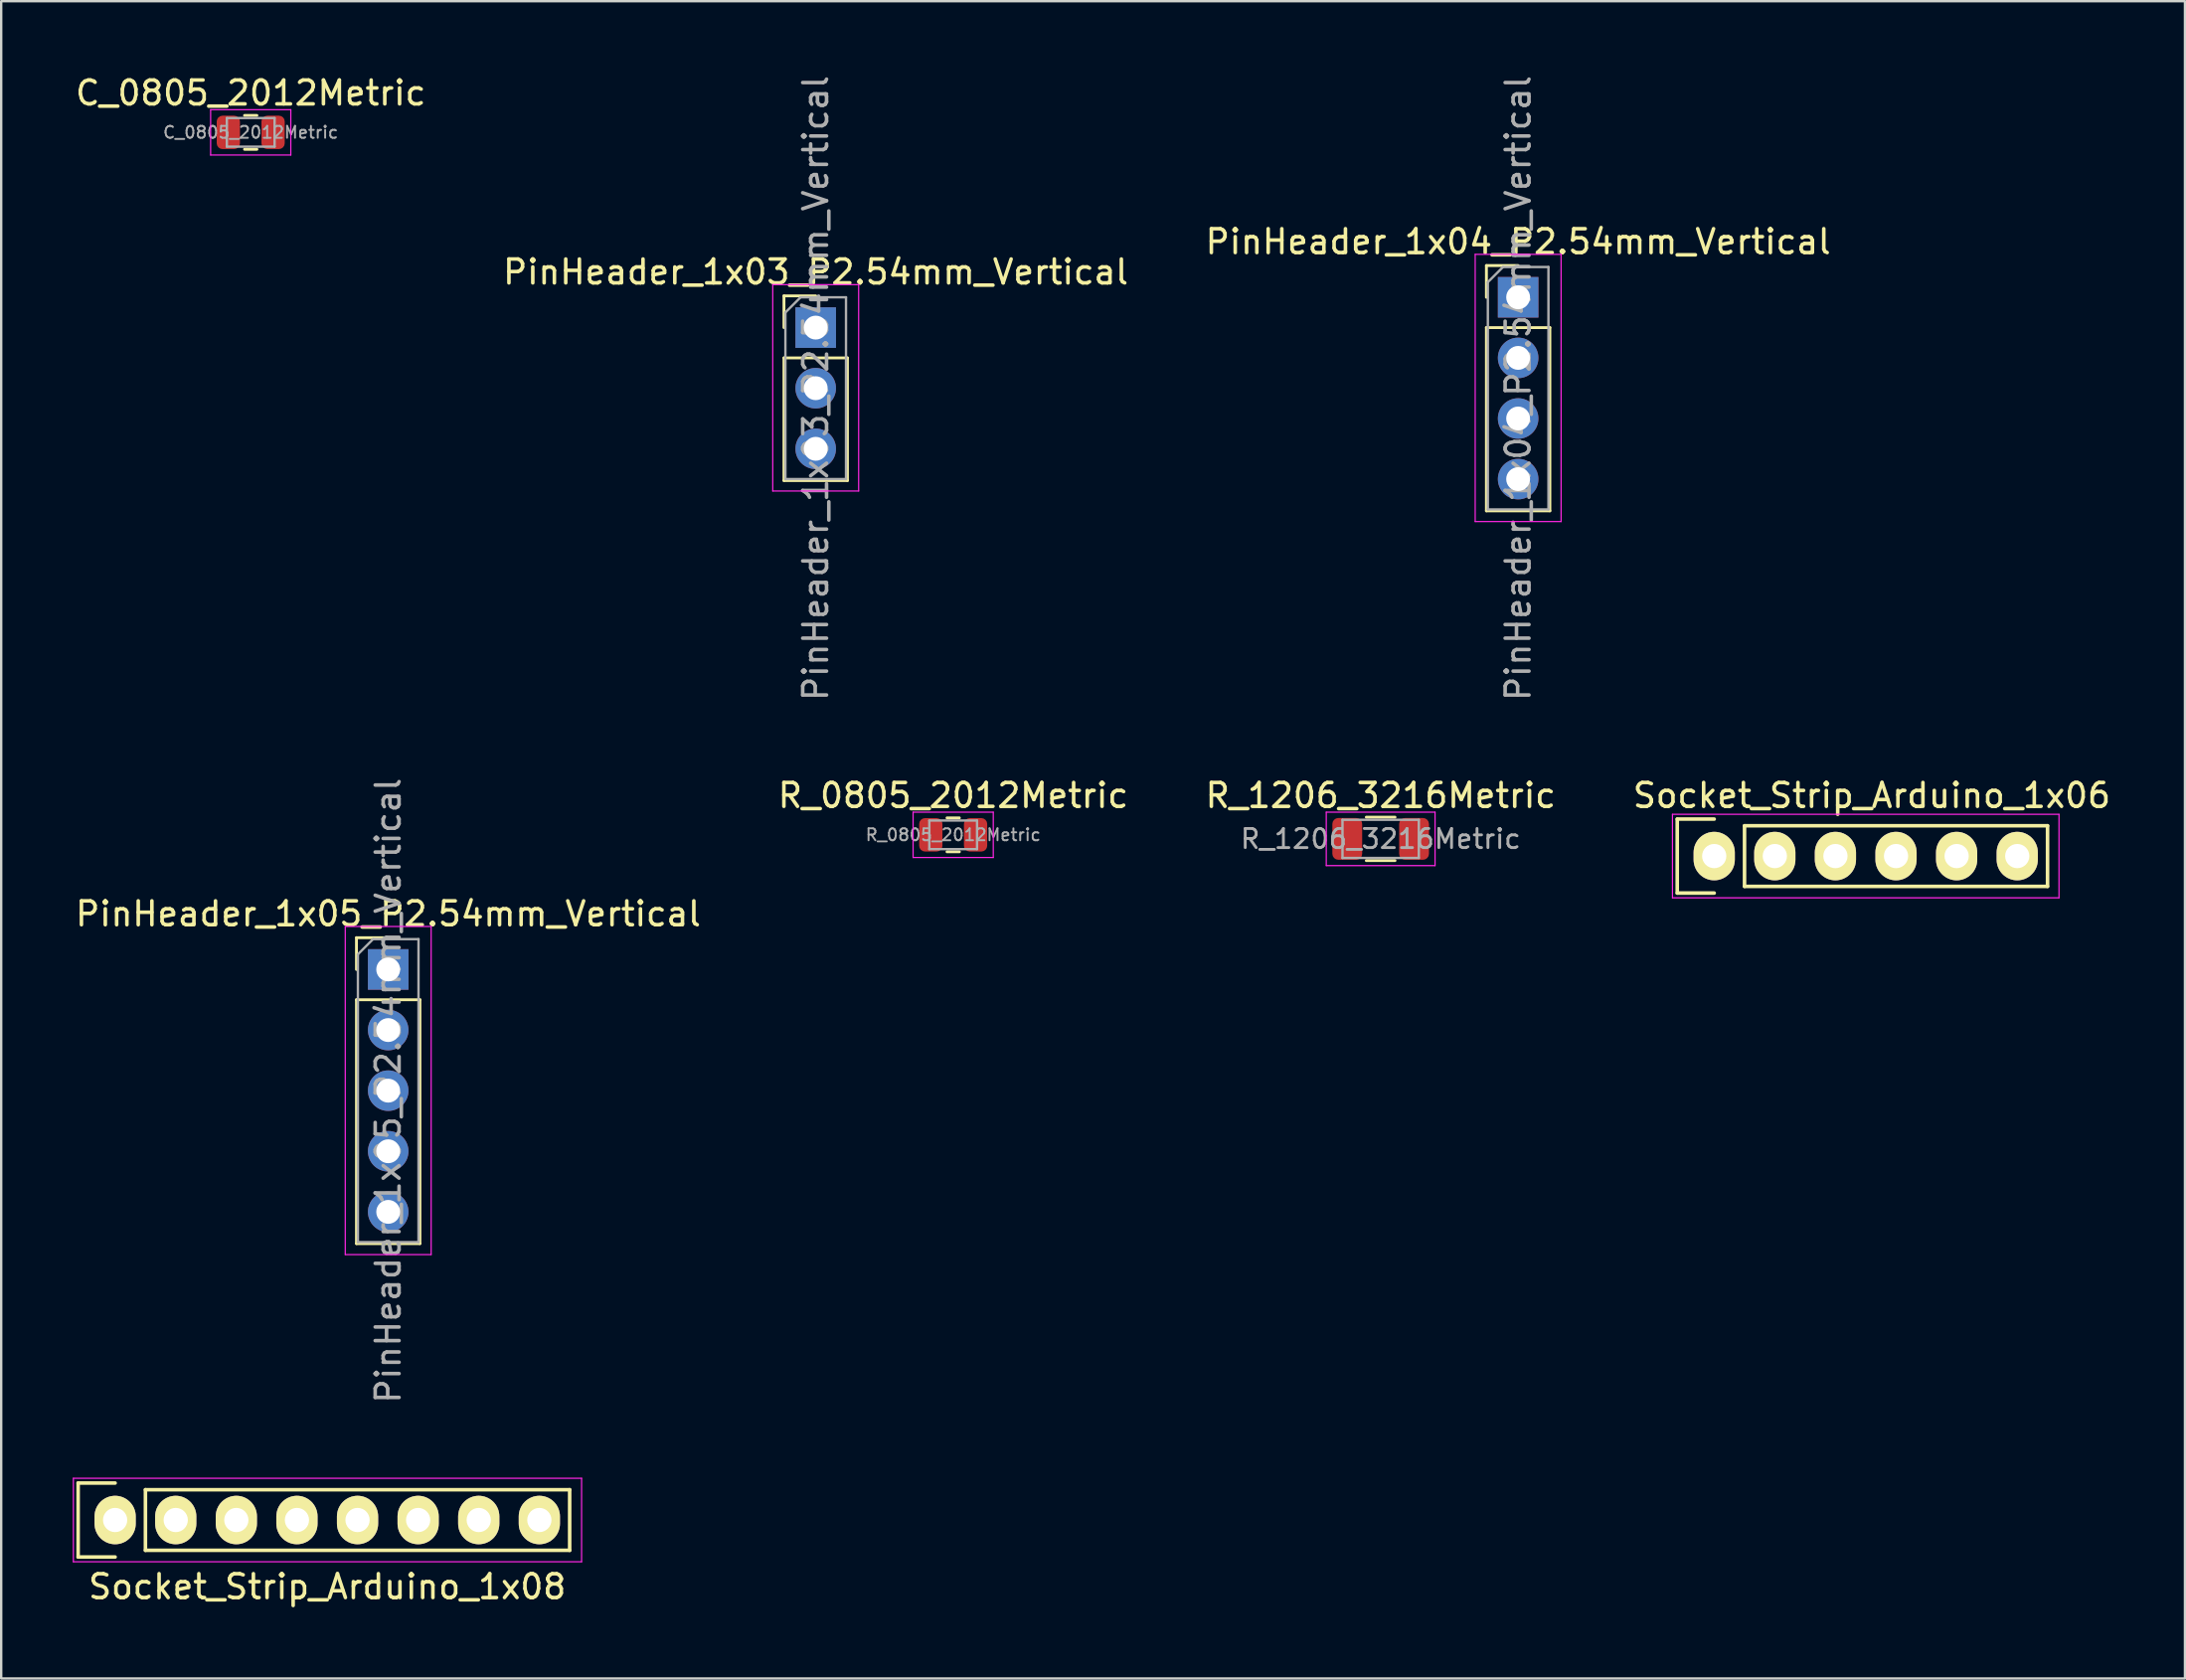
<source format=kicad_pcb>
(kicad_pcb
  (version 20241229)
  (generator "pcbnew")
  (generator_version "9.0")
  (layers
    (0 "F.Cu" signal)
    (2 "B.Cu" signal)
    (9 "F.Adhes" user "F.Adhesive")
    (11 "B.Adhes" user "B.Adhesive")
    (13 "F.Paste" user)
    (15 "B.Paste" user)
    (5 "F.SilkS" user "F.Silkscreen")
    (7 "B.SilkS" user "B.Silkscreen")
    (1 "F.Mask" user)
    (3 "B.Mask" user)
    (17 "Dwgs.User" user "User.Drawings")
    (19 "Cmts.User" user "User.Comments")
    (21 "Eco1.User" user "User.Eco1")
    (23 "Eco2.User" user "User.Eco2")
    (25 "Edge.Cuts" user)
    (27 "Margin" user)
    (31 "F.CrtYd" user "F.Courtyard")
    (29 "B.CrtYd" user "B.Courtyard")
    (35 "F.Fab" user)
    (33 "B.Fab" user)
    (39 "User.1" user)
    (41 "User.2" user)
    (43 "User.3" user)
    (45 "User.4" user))
  (footprint "C_0805_2012Metric"
    (layer "F.Cu")
    (at 7.458 2.498)
    (property "Reference" "C_0805_2012Metric" (at 0 -1.65 0) (layer "F.SilkS") (effects (font (size 1 1) (thickness 0.15))))
    (attr smd)
    (fp_line (start -0.259 -0.71) (end 0.259 -0.71) (stroke (width 0.12) (type solid)) (layer "F.SilkS"))
    (fp_line (start -0.259 0.71) (end 0.259 0.71) (stroke (width 0.12) (type solid)) (layer "F.SilkS"))
    (fp_line (start -1.68 -0.95) (end 1.68 -0.95) (stroke (width 0.05) (type solid)) (layer "F.CrtYd"))
    (fp_line (start -1.68 0.95) (end -1.68 -0.95) (stroke (width 0.05) (type solid)) (layer "F.CrtYd"))
    (fp_line (start 1.68 -0.95) (end 1.68 0.95) (stroke (width 0.05) (type solid)) (layer "F.CrtYd"))
    (fp_line (start 1.68 0.95) (end -1.68 0.95) (stroke (width 0.05) (type solid)) (layer "F.CrtYd"))
    (fp_line (start -1 -0.6) (end 1 -0.6) (stroke (width 0.1) (type solid)) (layer "F.Fab"))
    (fp_line (start -1 0.6) (end -1 -0.6) (stroke (width 0.1) (type solid)) (layer "F.Fab"))
    (fp_line (start 1 -0.6) (end 1 0.6) (stroke (width 0.1) (type solid)) (layer "F.Fab"))
    (fp_line (start 1 0.6) (end -1 0.6) (stroke (width 0.1) (type solid)) (layer "F.Fab"))
    (fp_text user "${REFERENCE}" (at 0 0 0) (layer "F.Fab") (effects (font (size 0.5 0.5) (thickness 0.08))))
    (pad "1" smd roundrect (at -0.938 0) (size 0.975 1.4) (layers "F.Cu" "F.Mask" "F.Paste") (roundrect_rratio 0.25))
    (pad "2" smd roundrect (at 0.938 0) (size 0.975 1.4) (layers "F.Cu" "F.Mask" "F.Paste") (roundrect_rratio 0.25)))
  (footprint "Socket_Strip_Arduino_1x08"
    (layer "F.Cu")
    (at 1.775 60.656)
    (property "Reference" "Socket_Strip_Arduino_1x08" (at 8.89 2.794 0) (layer "F.SilkS") (effects (font (size 1 1) (thickness 0.15))))
    (attr through_hole)
    (fp_line (start -1.55 -1.55) (end -1.55 1.55) (stroke (width 0.15) (type solid)) (layer "F.SilkS"))
    (fp_line (start -1.55 1.55) (end 0 1.55) (stroke (width 0.15) (type solid)) (layer "F.SilkS"))
    (fp_line (start 0 -1.55) (end -1.55 -1.55) (stroke (width 0.15) (type solid)) (layer "F.SilkS"))
    (fp_line (start 1.27 1.27) (end 1.27 -1.27) (stroke (width 0.15) (type solid)) (layer "F.SilkS"))
    (fp_line (start 1.27 1.27) (end 19.05 1.27) (stroke (width 0.15) (type solid)) (layer "F.SilkS"))
    (fp_line (start 19.05 -1.27) (end 1.27 -1.27) (stroke (width 0.15) (type solid)) (layer "F.SilkS"))
    (fp_line (start 19.05 1.27) (end 19.05 -1.27) (stroke (width 0.15) (type solid)) (layer "F.SilkS"))
    (fp_line (start -1.75 -1.75) (end -1.75 1.75) (stroke (width 0.05) (type solid)) (layer "F.CrtYd"))
    (fp_line (start -1.75 -1.75) (end 19.55 -1.75) (stroke (width 0.05) (type solid)) (layer "F.CrtYd"))
    (fp_line (start -1.75 1.75) (end 19.55 1.75) (stroke (width 0.05) (type solid)) (layer "F.CrtYd"))
    (fp_line (start 19.55 -1.75) (end 19.55 1.75) (stroke (width 0.05) (type solid)) (layer "F.CrtYd"))
    (pad "1" thru_hole oval (at 0 0) (size 1.727 2.032) (drill 1.016) (layers "*.Cu" "*.Mask" "F.SilkS"))
    (pad "2" thru_hole oval (at 2.54 0) (size 1.727 2.032) (drill 1.016) (layers "*.Cu" "*.Mask" "F.SilkS"))
    (pad "3" thru_hole oval (at 5.08 0) (size 1.727 2.032) (drill 1.016) (layers "*.Cu" "*.Mask" "F.SilkS"))
    (pad "4" thru_hole oval (at 7.62 0) (size 1.727 2.032) (drill 1.016) (layers "*.Cu" "*.Mask" "F.SilkS"))
    (pad "5" thru_hole oval (at 10.16 0) (size 1.727 2.032) (drill 1.016) (layers "*.Cu" "*.Mask" "F.SilkS"))
    (pad "6" thru_hole oval (at 12.7 0) (size 1.727 2.032) (drill 1.016) (layers "*.Cu" "*.Mask" "F.SilkS"))
    (pad "7" thru_hole oval (at 15.24 0) (size 1.727 2.032) (drill 1.016) (layers "*.Cu" "*.Mask" "F.SilkS"))
    (pad "8" thru_hole oval (at 17.78 0) (size 1.727 2.032) (drill 1.016) (layers "*.Cu" "*.Mask" "F.SilkS")))
  (footprint "PinHeader_1x05_P2.54mm_Vertical"
    (layer "F.Cu")
    (at 13.22 37.581)
    (property "Reference" "PinHeader_1x05_P2.54mm_Vertical" (at 0 -2.33 0) (layer "F.SilkS") (effects (font (size 1 1) (thickness 0.15))))
    (attr through_hole)
    (fp_line (start -1.33 -1.33) (end 0 -1.33) (stroke (width 0.12) (type solid)) (layer "F.SilkS"))
    (fp_line (start -1.33 0) (end -1.33 -1.33) (stroke (width 0.12) (type solid)) (layer "F.SilkS"))
    (fp_line (start -1.33 1.27) (end -1.33 11.49) (stroke (width 0.12) (type solid)) (layer "F.SilkS"))
    (fp_line (start -1.33 1.27) (end 1.33 1.27) (stroke (width 0.12) (type solid)) (layer "F.SilkS"))
    (fp_line (start -1.33 11.49) (end 1.33 11.49) (stroke (width 0.12) (type solid)) (layer "F.SilkS"))
    (fp_line (start 1.33 1.27) (end 1.33 11.49) (stroke (width 0.12) (type solid)) (layer "F.SilkS"))
    (fp_line (start -1.8 -1.8) (end -1.8 11.95) (stroke (width 0.05) (type solid)) (layer "F.CrtYd"))
    (fp_line (start -1.8 11.95) (end 1.8 11.95) (stroke (width 0.05) (type solid)) (layer "F.CrtYd"))
    (fp_line (start 1.8 -1.8) (end -1.8 -1.8) (stroke (width 0.05) (type solid)) (layer "F.CrtYd"))
    (fp_line (start 1.8 11.95) (end 1.8 -1.8) (stroke (width 0.05) (type solid)) (layer "F.CrtYd"))
    (fp_line (start -1.27 -0.635) (end -0.635 -1.27) (stroke (width 0.1) (type solid)) (layer "F.Fab"))
    (fp_line (start -1.27 11.43) (end -1.27 -0.635) (stroke (width 0.1) (type solid)) (layer "F.Fab"))
    (fp_line (start -0.635 -1.27) (end 1.27 -1.27) (stroke (width 0.1) (type solid)) (layer "F.Fab"))
    (fp_line (start 1.27 -1.27) (end 1.27 11.43) (stroke (width 0.1) (type solid)) (layer "F.Fab"))
    (fp_line (start 1.27 11.43) (end -1.27 11.43) (stroke (width 0.1) (type solid)) (layer "F.Fab"))
    (fp_text user "${REFERENCE}" (at 0 5.08 90) (layer "F.Fab") (effects (font (size 1 1) (thickness 0.15))))
    (pad "1" thru_hole rect (at 0 0) (size 1.7 1.7) (drill 1) (layers "*.Cu" "*.Mask"))
    (pad "2" thru_hole oval (at 0 2.54) (size 1.7 1.7) (drill 1) (layers "*.Cu" "*.Mask"))
    (pad "3" thru_hole oval (at 0 5.08) (size 1.7 1.7) (drill 1) (layers "*.Cu" "*.Mask"))
    (pad "4" thru_hole oval (at 0 7.62) (size 1.7 1.7) (drill 1) (layers "*.Cu" "*.Mask"))
    (pad "5" thru_hole oval (at 0 10.16) (size 1.7 1.7) (drill 1) (layers "*.Cu" "*.Mask")))
  (footprint "Socket_Strip_Arduino_1x06"
    (layer "F.Cu")
    (at 68.795 32.829)
    (property "Reference" "Socket_Strip_Arduino_1x06" (at 6.604 -2.54 0) (layer "F.SilkS") (effects (font (size 1 1) (thickness 0.15))))
    (attr through_hole)
    (fp_line (start -1.55 -1.55) (end -1.55 1.55) (stroke (width 0.15) (type solid)) (layer "F.SilkS"))
    (fp_line (start -1.55 1.55) (end 0 1.55) (stroke (width 0.15) (type solid)) (layer "F.SilkS"))
    (fp_line (start 0 -1.55) (end -1.55 -1.55) (stroke (width 0.15) (type solid)) (layer "F.SilkS"))
    (fp_line (start 1.27 1.27) (end 1.27 -1.27) (stroke (width 0.15) (type solid)) (layer "F.SilkS"))
    (fp_line (start 1.27 1.27) (end 13.97 1.27) (stroke (width 0.15) (type solid)) (layer "F.SilkS"))
    (fp_line (start 13.97 -1.27) (end 1.27 -1.27) (stroke (width 0.15) (type solid)) (layer "F.SilkS"))
    (fp_line (start 13.97 1.27) (end 13.97 -1.27) (stroke (width 0.15) (type solid)) (layer "F.SilkS"))
    (fp_line (start -1.75 -1.75) (end -1.75 1.75) (stroke (width 0.05) (type solid)) (layer "F.CrtYd"))
    (fp_line (start -1.75 -1.75) (end 14.45 -1.75) (stroke (width 0.05) (type solid)) (layer "F.CrtYd"))
    (fp_line (start -1.75 1.75) (end 14.45 1.75) (stroke (width 0.05) (type solid)) (layer "F.CrtYd"))
    (fp_line (start 14.45 -1.75) (end 14.45 1.75) (stroke (width 0.05) (type solid)) (layer "F.CrtYd"))
    (pad "1" thru_hole oval (at 0 0) (size 1.727 2.032) (drill 1.016) (layers "*.Cu" "*.Mask" "F.SilkS"))
    (pad "2" thru_hole oval (at 2.54 0) (size 1.727 2.032) (drill 1.016) (layers "*.Cu" "*.Mask" "F.SilkS"))
    (pad "3" thru_hole oval (at 5.08 0) (size 1.727 2.032) (drill 1.016) (layers "*.Cu" "*.Mask" "F.SilkS"))
    (pad "4" thru_hole oval (at 7.62 0) (size 1.727 2.032) (drill 1.016) (layers "*.Cu" "*.Mask" "F.SilkS"))
    (pad "5" thru_hole oval (at 10.16 0) (size 1.727 2.032) (drill 1.016) (layers "*.Cu" "*.Mask" "F.SilkS"))
    (pad "6" thru_hole oval (at 12.7 0) (size 1.727 2.032) (drill 1.016) (layers "*.Cu" "*.Mask" "F.SilkS")))
  (footprint "PinHeader_1x04_P2.54mm_Vertical"
    (layer "F.Cu")
    (at 60.577 9.41)
    (property "Reference" "PinHeader_1x04_P2.54mm_Vertical" (at 0 -2.33 0) (layer "F.SilkS") (effects (font (size 1 1) (thickness 0.15))))
    (attr through_hole)
    (fp_line (start -1.33 -1.33) (end 0 -1.33) (stroke (width 0.12) (type solid)) (layer "F.SilkS"))
    (fp_line (start -1.33 0) (end -1.33 -1.33) (stroke (width 0.12) (type solid)) (layer "F.SilkS"))
    (fp_line (start -1.33 1.27) (end -1.33 8.95) (stroke (width 0.12) (type solid)) (layer "F.SilkS"))
    (fp_line (start -1.33 1.27) (end 1.33 1.27) (stroke (width 0.12) (type solid)) (layer "F.SilkS"))
    (fp_line (start -1.33 8.95) (end 1.33 8.95) (stroke (width 0.12) (type solid)) (layer "F.SilkS"))
    (fp_line (start 1.33 1.27) (end 1.33 8.95) (stroke (width 0.12) (type solid)) (layer "F.SilkS"))
    (fp_line (start -1.8 -1.8) (end -1.8 9.4) (stroke (width 0.05) (type solid)) (layer "F.CrtYd"))
    (fp_line (start -1.8 9.4) (end 1.8 9.4) (stroke (width 0.05) (type solid)) (layer "F.CrtYd"))
    (fp_line (start 1.8 -1.8) (end -1.8 -1.8) (stroke (width 0.05) (type solid)) (layer "F.CrtYd"))
    (fp_line (start 1.8 9.4) (end 1.8 -1.8) (stroke (width 0.05) (type solid)) (layer "F.CrtYd"))
    (fp_line (start -1.27 -0.635) (end -0.635 -1.27) (stroke (width 0.1) (type solid)) (layer "F.Fab"))
    (fp_line (start -1.27 8.89) (end -1.27 -0.635) (stroke (width 0.1) (type solid)) (layer "F.Fab"))
    (fp_line (start -0.635 -1.27) (end 1.27 -1.27) (stroke (width 0.1) (type solid)) (layer "F.Fab"))
    (fp_line (start 1.27 -1.27) (end 1.27 8.89) (stroke (width 0.1) (type solid)) (layer "F.Fab"))
    (fp_line (start 1.27 8.89) (end -1.27 8.89) (stroke (width 0.1) (type solid)) (layer "F.Fab"))
    (fp_text user "${REFERENCE}" (at 0 3.81 90) (layer "F.Fab") (effects (font (size 1 1) (thickness 0.15))))
    (pad "1" thru_hole rect (at 0 0) (size 1.7 1.7) (drill 1) (layers "*.Cu" "*.Mask"))
    (pad "2" thru_hole oval (at 0 2.54) (size 1.7 1.7) (drill 1) (layers "*.Cu" "*.Mask"))
    (pad "3" thru_hole oval (at 0 5.08) (size 1.7 1.7) (drill 1) (layers "*.Cu" "*.Mask"))
    (pad "4" thru_hole oval (at 0 7.62) (size 1.7 1.7) (drill 1) (layers "*.Cu" "*.Mask")))
  (footprint "R_0805_2012Metric"
    (layer "F.Cu")
    (at 36.899 31.939)
    (property "Reference" "R_0805_2012Metric" (at 0 -1.65 0) (layer "F.SilkS") (effects (font (size 1 1) (thickness 0.15))))
    (attr smd)
    (fp_line (start -0.259 -0.71) (end 0.259 -0.71) (stroke (width 0.12) (type solid)) (layer "F.SilkS"))
    (fp_line (start -0.259 0.71) (end 0.259 0.71) (stroke (width 0.12) (type solid)) (layer "F.SilkS"))
    (fp_line (start -1.68 -0.95) (end 1.68 -0.95) (stroke (width 0.05) (type solid)) (layer "F.CrtYd"))
    (fp_line (start -1.68 0.95) (end -1.68 -0.95) (stroke (width 0.05) (type solid)) (layer "F.CrtYd"))
    (fp_line (start 1.68 -0.95) (end 1.68 0.95) (stroke (width 0.05) (type solid)) (layer "F.CrtYd"))
    (fp_line (start 1.68 0.95) (end -1.68 0.95) (stroke (width 0.05) (type solid)) (layer "F.CrtYd"))
    (fp_line (start -1 -0.6) (end 1 -0.6) (stroke (width 0.1) (type solid)) (layer "F.Fab"))
    (fp_line (start -1 0.6) (end -1 -0.6) (stroke (width 0.1) (type solid)) (layer "F.Fab"))
    (fp_line (start 1 -0.6) (end 1 0.6) (stroke (width 0.1) (type solid)) (layer "F.Fab"))
    (fp_line (start 1 0.6) (end -1 0.6) (stroke (width 0.1) (type solid)) (layer "F.Fab"))
    (fp_text user "${REFERENCE}" (at 0 0 0) (layer "F.Fab") (effects (font (size 0.5 0.5) (thickness 0.08))))
    (pad "1" smd roundrect (at -0.938 0) (size 0.975 1.4) (layers "F.Cu" "F.Mask" "F.Paste") (roundrect_rratio 0.25))
    (pad "2" smd roundrect (at 0.938 0) (size 0.975 1.4) (layers "F.Cu" "F.Mask" "F.Paste") (roundrect_rratio 0.25)))
  (footprint "R_1206_3216Metric"
    (layer "F.Cu")
    (at 54.815 32.109)
    (property "Reference" "R_1206_3216Metric" (at 0 -1.82 0) (layer "F.SilkS") (effects (font (size 1 1) (thickness 0.15))))
    (attr smd)
    (fp_line (start -0.602 -0.91) (end 0.602 -0.91) (stroke (width 0.12) (type solid)) (layer "F.SilkS"))
    (fp_line (start -0.602 0.91) (end 0.602 0.91) (stroke (width 0.12) (type solid)) (layer "F.SilkS"))
    (fp_line (start -2.28 -1.12) (end 2.28 -1.12) (stroke (width 0.05) (type solid)) (layer "F.CrtYd"))
    (fp_line (start -2.28 1.12) (end -2.28 -1.12) (stroke (width 0.05) (type solid)) (layer "F.CrtYd"))
    (fp_line (start 2.28 -1.12) (end 2.28 1.12) (stroke (width 0.05) (type solid)) (layer "F.CrtYd"))
    (fp_line (start 2.28 1.12) (end -2.28 1.12) (stroke (width 0.05) (type solid)) (layer "F.CrtYd"))
    (fp_line (start -1.6 -0.8) (end 1.6 -0.8) (stroke (width 0.1) (type solid)) (layer "F.Fab"))
    (fp_line (start -1.6 0.8) (end -1.6 -0.8) (stroke (width 0.1) (type solid)) (layer "F.Fab"))
    (fp_line (start 1.6 -0.8) (end 1.6 0.8) (stroke (width 0.1) (type solid)) (layer "F.Fab"))
    (fp_line (start 1.6 0.8) (end -1.6 0.8) (stroke (width 0.1) (type solid)) (layer "F.Fab"))
    (fp_text user "${REFERENCE}" (at 0 0 0) (layer "F.Fab") (effects (font (size 0.8 0.8) (thickness 0.12))))
    (pad "1" smd roundrect (at -1.4 0) (size 1.25 1.75) (layers "F.Cu" "F.Mask" "F.Paste") (roundrect_rratio 0.2))
    (pad "2" smd roundrect (at 1.4 0) (size 1.25 1.75) (layers "F.Cu" "F.Mask" "F.Paste") (roundrect_rratio 0.2)))
  (footprint "PinHeader_1x03_P2.54mm_Vertical"
    (layer "F.Cu")
    (at 31.137 10.68)
    (property "Reference" "PinHeader_1x03_P2.54mm_Vertical" (at 0 -2.33 0) (layer "F.SilkS") (effects (font (size 1 1) (thickness 0.15))))
    (attr through_hole)
    (fp_line (start -1.33 -1.33) (end 0 -1.33) (stroke (width 0.12) (type solid)) (layer "F.SilkS"))
    (fp_line (start -1.33 0) (end -1.33 -1.33) (stroke (width 0.12) (type solid)) (layer "F.SilkS"))
    (fp_line (start -1.33 1.27) (end -1.33 6.41) (stroke (width 0.12) (type solid)) (layer "F.SilkS"))
    (fp_line (start -1.33 1.27) (end 1.33 1.27) (stroke (width 0.12) (type solid)) (layer "F.SilkS"))
    (fp_line (start -1.33 6.41) (end 1.33 6.41) (stroke (width 0.12) (type solid)) (layer "F.SilkS"))
    (fp_line (start 1.33 1.27) (end 1.33 6.41) (stroke (width 0.12) (type solid)) (layer "F.SilkS"))
    (fp_line (start -1.8 -1.8) (end -1.8 6.85) (stroke (width 0.05) (type solid)) (layer "F.CrtYd"))
    (fp_line (start -1.8 6.85) (end 1.8 6.85) (stroke (width 0.05) (type solid)) (layer "F.CrtYd"))
    (fp_line (start 1.8 -1.8) (end -1.8 -1.8) (stroke (width 0.05) (type solid)) (layer "F.CrtYd"))
    (fp_line (start 1.8 6.85) (end 1.8 -1.8) (stroke (width 0.05) (type solid)) (layer "F.CrtYd"))
    (fp_line (start -1.27 -0.635) (end -0.635 -1.27) (stroke (width 0.1) (type solid)) (layer "F.Fab"))
    (fp_line (start -1.27 6.35) (end -1.27 -0.635) (stroke (width 0.1) (type solid)) (layer "F.Fab"))
    (fp_line (start -0.635 -1.27) (end 1.27 -1.27) (stroke (width 0.1) (type solid)) (layer "F.Fab"))
    (fp_line (start 1.27 -1.27) (end 1.27 6.35) (stroke (width 0.1) (type solid)) (layer "F.Fab"))
    (fp_line (start 1.27 6.35) (end -1.27 6.35) (stroke (width 0.1) (type solid)) (layer "F.Fab"))
    (fp_text user "${REFERENCE}" (at 0 2.54 90) (layer "F.Fab") (effects (font (size 1 1) (thickness 0.15))))
    (pad "1" thru_hole rect (at 0 0) (size 1.7 1.7) (drill 1) (layers "*.Cu" "*.Mask"))
    (pad "2" thru_hole oval (at 0 2.54) (size 1.7 1.7) (drill 1) (layers "*.Cu" "*.Mask"))
    (pad "3" thru_hole oval (at 0 5.08) (size 1.7 1.7) (drill 1) (layers "*.Cu" "*.Mask")))
  (gr_rect
    (start -3 -3)
    (end 88.524 67.298)
    (stroke (width 0.1) (type default))
    (fill no)
    (layer "Edge.Cuts")))
</source>
